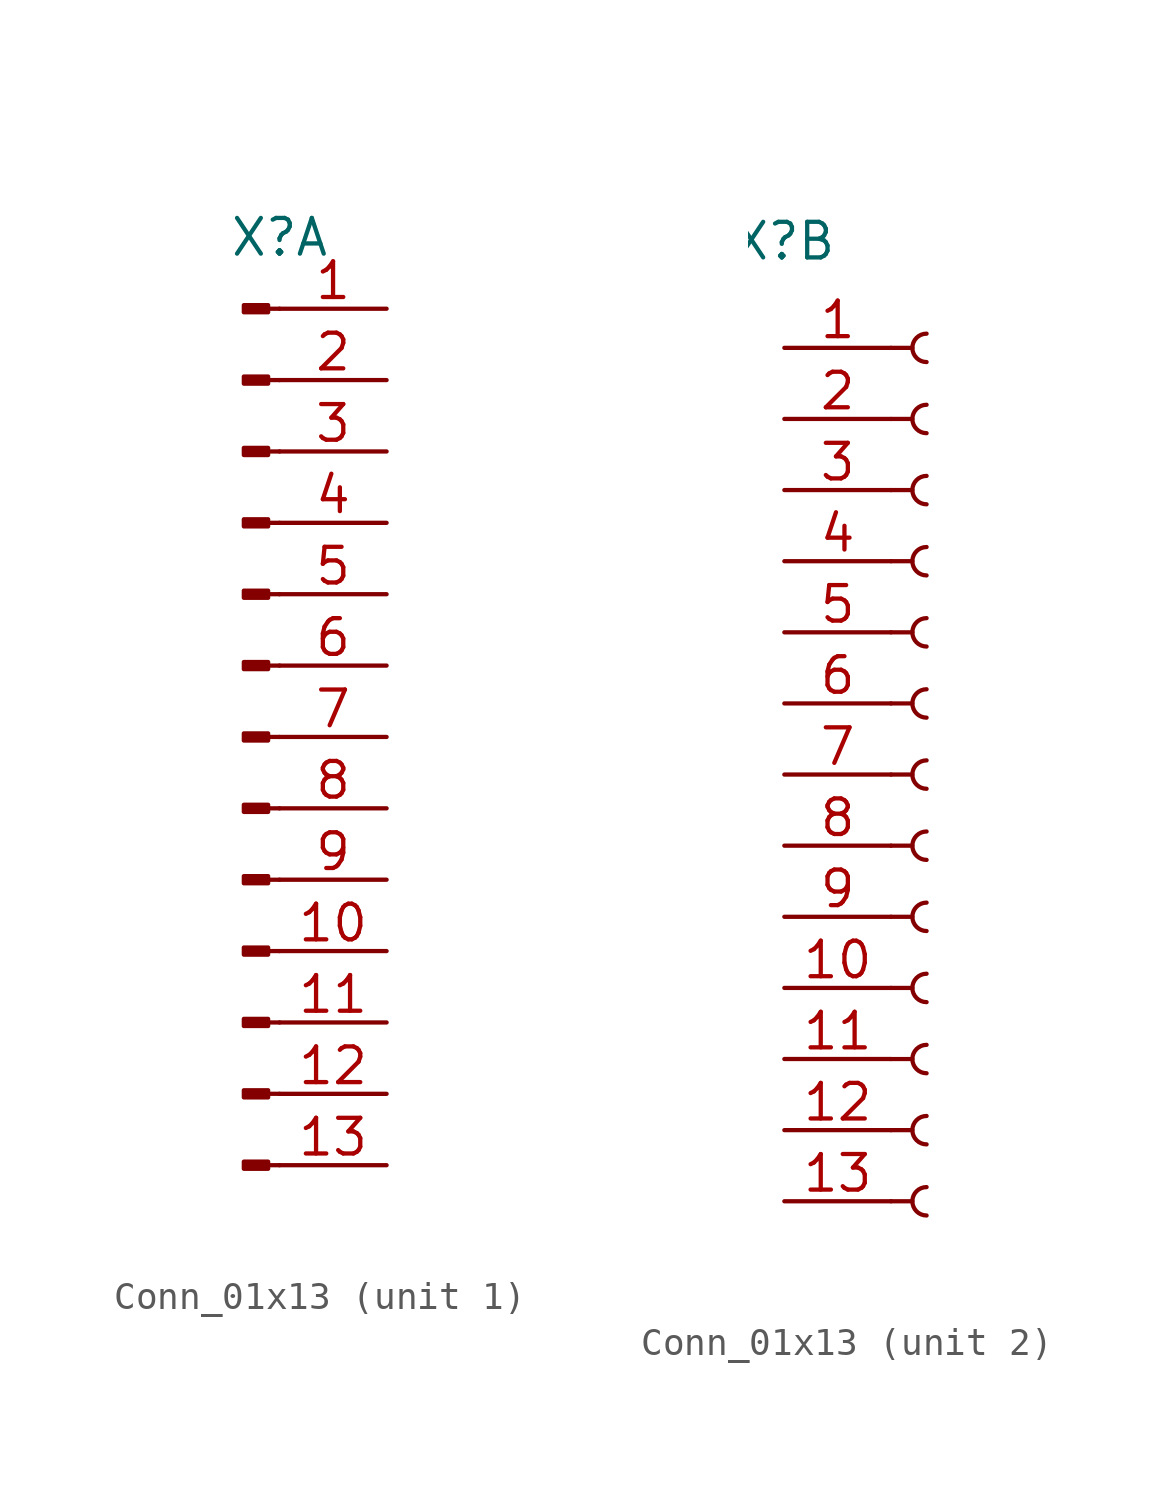
<source format=kicad_sym>
(kicad_symbol_lib
  (version 20241209)
  (generator "kicad_symbol_editor")
  (generator_version "9.0")
  (symbol "Conn_01x13"
    (pin_names
      (offset 1.016)
      (hide yes))
    (property "Reference" "X"
      (at 0 19.05 0)
      (do_not_autoplace)
      (effects (font (size 1.27 1.27))))
    (property "ki_locked" ""
      (at 0 0 0)
      (effects (font (size 1.27 1.27))))
    (symbol "Conn_01x13_1_1"
      (rectangle (start -0.406 16.637) (end -1.27 16.383) (stroke (width 0.152) (type default)) (fill (type outline)))
      (rectangle (start -0.406 14.097) (end -1.27 13.843) (stroke (width 0.152) (type default)) (fill (type outline)))
      (rectangle (start -0.406 11.557) (end -1.27 11.303) (stroke (width 0.152) (type default)) (fill (type outline)))
      (rectangle (start -0.406 9.017) (end -1.27 8.763) (stroke (width 0.152) (type default)) (fill (type outline)))
      (rectangle (start -0.406 6.477) (end -1.27 6.223) (stroke (width 0.152) (type default)) (fill (type outline)))
      (rectangle (start -0.406 3.937) (end -1.27 3.683) (stroke (width 0.152) (type default)) (fill (type outline)))
      (rectangle (start -0.406 1.397) (end -1.27 1.143) (stroke (width 0.152) (type default)) (fill (type outline)))
      (rectangle (start -0.406 -1.143) (end -1.27 -1.397) (stroke (width 0.152) (type default)) (fill (type outline)))
      (rectangle (start -0.406 -3.683) (end -1.27 -3.937) (stroke (width 0.152) (type default)) (fill (type outline)))
      (rectangle (start -0.406 -6.223) (end -1.27 -6.477) (stroke (width 0.152) (type default)) (fill (type outline)))
      (rectangle (start -0.406 -8.763) (end -1.27 -9.017) (stroke (width 0.152) (type default)) (fill (type outline)))
      (rectangle (start -0.406 -11.303) (end -1.27 -11.557) (stroke (width 0.152) (type default)) (fill (type outline)))
      (rectangle (start -0.406 -13.843) (end -1.27 -14.097) (stroke (width 0.152) (type default)) (fill (type outline)))
      (polyline (pts (xy 0 16.51) (xy -0.406 16.51)) (stroke (width 0.152) (type default)) (fill (type none)))
      (polyline (pts (xy 0 13.97) (xy -0.406 13.97)) (stroke (width 0.152) (type default)) (fill (type none)))
      (polyline (pts (xy 0 11.43) (xy -0.406 11.43)) (stroke (width 0.152) (type default)) (fill (type none)))
      (polyline (pts (xy 0 8.89) (xy -0.406 8.89)) (stroke (width 0.152) (type default)) (fill (type none)))
      (polyline (pts (xy 0 6.35) (xy -0.406 6.35)) (stroke (width 0.152) (type default)) (fill (type none)))
      (polyline (pts (xy 0 3.81) (xy -0.406 3.81)) (stroke (width 0.152) (type default)) (fill (type none)))
      (polyline (pts (xy 0 1.27) (xy -0.406 1.27)) (stroke (width 0.152) (type default)) (fill (type none)))
      (polyline (pts (xy 0 -1.27) (xy -0.406 -1.27)) (stroke (width 0.152) (type default)) (fill (type none)))
      (polyline (pts (xy 0 -3.81) (xy -0.406 -3.81)) (stroke (width 0.152) (type default)) (fill (type none)))
      (polyline (pts (xy 0 -6.35) (xy -0.406 -6.35)) (stroke (width 0.152) (type default)) (fill (type none)))
      (polyline (pts (xy 0 -8.89) (xy -0.406 -8.89)) (stroke (width 0.152) (type default)) (fill (type none)))
      (polyline (pts (xy 0 -11.43) (xy -0.406 -11.43)) (stroke (width 0.152) (type default)) (fill (type none)))
      (polyline (pts (xy 0 -13.97) (xy -0.406 -13.97)) (stroke (width 0.152) (type default)) (fill (type none)))
      (pin passive line (at 3.81 16.51 180) (length 3.81) (name "Pin_1" (effects (font (size 1.27 1.27)))) (number "1" (effects (font (size 1.27 1.27)))))
      (pin passive line (at 3.81 13.97 180) (length 3.81) (name "Pin_2" (effects (font (size 1.27 1.27)))) (number "2" (effects (font (size 1.27 1.27)))))
      (pin passive line (at 3.81 11.43 180) (length 3.81) (name "Pin_3" (effects (font (size 1.27 1.27)))) (number "3" (effects (font (size 1.27 1.27)))))
      (pin passive line (at 3.81 8.89 180) (length 3.81) (name "Pin_4" (effects (font (size 1.27 1.27)))) (number "4" (effects (font (size 1.27 1.27)))))
      (pin passive line (at 3.81 6.35 180) (length 3.81) (name "Pin_5" (effects (font (size 1.27 1.27)))) (number "5" (effects (font (size 1.27 1.27)))))
      (pin passive line (at 3.81 3.81 180) (length 3.81) (name "Pin_6" (effects (font (size 1.27 1.27)))) (number "6" (effects (font (size 1.27 1.27)))))
      (pin passive line (at 3.81 1.27 180) (length 3.81) (name "Pin_7" (effects (font (size 1.27 1.27)))) (number "7" (effects (font (size 1.27 1.27)))))
      (pin passive line (at 3.81 -1.27 180) (length 3.81) (name "Pin_8" (effects (font (size 1.27 1.27)))) (number "8" (effects (font (size 1.27 1.27)))))
      (pin passive line (at 3.81 -3.81 180) (length 3.81) (name "Pin_9" (effects (font (size 1.27 1.27)))) (number "9" (effects (font (size 1.27 1.27)))))
      (pin passive line (at 3.81 -6.35 180) (length 3.81) (name "Pin_10" (effects (font (size 1.27 1.27)))) (number "10" (effects (font (size 1.27 1.27)))))
      (pin passive line (at 3.81 -8.89 180) (length 3.81) (name "Pin_11" (effects (font (size 1.27 1.27)))) (number "11" (effects (font (size 1.27 1.27)))))
      (pin passive line (at 3.81 -11.43 180) (length 3.81) (name "Pin_12" (effects (font (size 1.27 1.27)))) (number "12" (effects (font (size 1.27 1.27)))))
      (pin passive line (at 3.81 -13.97 180) (length 3.81) (name "Pin_13" (effects (font (size 1.27 1.27)))) (number "13" (effects (font (size 1.27 1.27))))))
    (symbol "Conn_01x13_2_1"
      (polyline (pts (xy 3.81 15.24) (xy 4.572 15.24)) (stroke (width 0.152) (type default)) (fill (type none)))
      (polyline (pts (xy 3.81 12.7) (xy 4.572 12.7)) (stroke (width 0.152) (type default)) (fill (type none)))
      (polyline (pts (xy 3.81 10.16) (xy 4.572 10.16)) (stroke (width 0.152) (type default)) (fill (type none)))
      (polyline (pts (xy 3.81 7.62) (xy 4.572 7.62)) (stroke (width 0.152) (type default)) (fill (type none)))
      (polyline (pts (xy 3.81 5.08) (xy 4.572 5.08)) (stroke (width 0.152) (type default)) (fill (type none)))
      (polyline (pts (xy 3.81 2.54) (xy 4.572 2.54)) (stroke (width 0.152) (type default)) (fill (type none)))
      (polyline (pts (xy 3.81 0) (xy 4.572 0)) (stroke (width 0.152) (type default)) (fill (type none)))
      (polyline (pts (xy 3.81 -2.54) (xy 4.572 -2.54)) (stroke (width 0.152) (type default)) (fill (type none)))
      (polyline (pts (xy 3.81 -5.08) (xy 4.572 -5.08)) (stroke (width 0.152) (type default)) (fill (type none)))
      (polyline (pts (xy 3.81 -7.62) (xy 4.572 -7.62)) (stroke (width 0.152) (type default)) (fill (type none)))
      (polyline (pts (xy 3.81 -10.16) (xy 4.572 -10.16)) (stroke (width 0.152) (type default)) (fill (type none)))
      (polyline (pts (xy 3.81 -12.7) (xy 4.572 -12.7)) (stroke (width 0.152) (type default)) (fill (type none)))
      (polyline (pts (xy 3.81 -15.24) (xy 4.572 -15.24)) (stroke (width 0.152) (type default)) (fill (type none)))
      (arc (start 5.08 14.732) (mid 4.5742 15.24) (end 5.08 15.748) (stroke (width 0.1524) (type default)) (fill (type none)))
      (arc (start 5.08 12.192) (mid 4.5742 12.7) (end 5.08 13.208) (stroke (width 0.1524) (type default)) (fill (type none)))
      (arc (start 5.08 9.652) (mid 4.5742 10.16) (end 5.08 10.668) (stroke (width 0.1524) (type default)) (fill (type none)))
      (arc (start 5.08 7.112) (mid 4.5742 7.62) (end 5.08 8.128) (stroke (width 0.1524) (type default)) (fill (type none)))
      (arc (start 5.08 4.572) (mid 4.5742 5.08) (end 5.08 5.588) (stroke (width 0.1524) (type default)) (fill (type none)))
      (arc (start 5.08 2.032) (mid 4.5742 2.54) (end 5.08 3.048) (stroke (width 0.1524) (type default)) (fill (type none)))
      (arc (start 5.08 -0.508) (mid 4.5742 0) (end 5.08 0.508) (stroke (width 0.1524) (type default)) (fill (type none)))
      (arc (start 5.08 -3.048) (mid 4.5742 -2.54) (end 5.08 -2.032) (stroke (width 0.1524) (type default)) (fill (type none)))
      (arc (start 5.08 -5.588) (mid 4.5742 -5.08) (end 5.08 -4.572) (stroke (width 0.1524) (type default)) (fill (type none)))
      (arc (start 5.08 -8.128) (mid 4.5742 -7.62) (end 5.08 -7.112) (stroke (width 0.1524) (type default)) (fill (type none)))
      (arc (start 5.08 -10.668) (mid 4.5742 -10.16) (end 5.08 -9.652) (stroke (width 0.1524) (type default)) (fill (type none)))
      (arc (start 5.08 -13.208) (mid 4.5742 -12.7) (end 5.08 -12.192) (stroke (width 0.1524) (type default)) (fill (type none)))
      (arc (start 5.08 -15.748) (mid 4.5742 -15.24) (end 5.08 -14.732) (stroke (width 0.1524) (type default)) (fill (type none)))
      (pin passive line (at 0 15.24 0) (length 3.81) (name "Pin_1" (effects (font (size 1.27 1.27)))) (number "1" (effects (font (size 1.27 1.27)))))
      (pin passive line (at 0 12.7 0) (length 3.81) (name "Pin_2" (effects (font (size 1.27 1.27)))) (number "2" (effects (font (size 1.27 1.27)))))
      (pin passive line (at 0 10.16 0) (length 3.81) (name "Pin_3" (effects (font (size 1.27 1.27)))) (number "3" (effects (font (size 1.27 1.27)))))
      (pin passive line (at 0 7.62 0) (length 3.81) (name "Pin_4" (effects (font (size 1.27 1.27)))) (number "4" (effects (font (size 1.27 1.27)))))
      (pin passive line (at 0 5.08 0) (length 3.81) (name "Pin_5" (effects (font (size 1.27 1.27)))) (number "5" (effects (font (size 1.27 1.27)))))
      (pin passive line (at 0 2.54 0) (length 3.81) (name "Pin_6" (effects (font (size 1.27 1.27)))) (number "6" (effects (font (size 1.27 1.27)))))
      (pin passive line (at 0 0 0) (length 3.81) (name "Pin_7" (effects (font (size 1.27 1.27)))) (number "7" (effects (font (size 1.27 1.27)))))
      (pin passive line (at 0 -2.54 0) (length 3.81) (name "Pin_8" (effects (font (size 1.27 1.27)))) (number "8" (effects (font (size 1.27 1.27)))))
      (pin passive line (at 0 -5.08 0) (length 3.81) (name "Pin_9" (effects (font (size 1.27 1.27)))) (number "9" (effects (font (size 1.27 1.27)))))
      (pin passive line (at 0 -7.62 0) (length 3.81) (name "Pin_10" (effects (font (size 1.27 1.27)))) (number "10" (effects (font (size 1.27 1.27)))))
      (pin passive line (at 0 -10.16 0) (length 3.81) (name "Pin_11" (effects (font (size 1.27 1.27)))) (number "11" (effects (font (size 1.27 1.27)))))
      (pin passive line (at 0 -12.7 0) (length 3.81) (name "Pin_12" (effects (font (size 1.27 1.27)))) (number "12" (effects (font (size 1.27 1.27)))))
      (pin passive line (at 0 -15.24 0) (length 3.81) (name "Pin_13" (effects (font (size 1.27 1.27)))) (number "13" (effects (font (size 1.27 1.27))))))))
</source>
